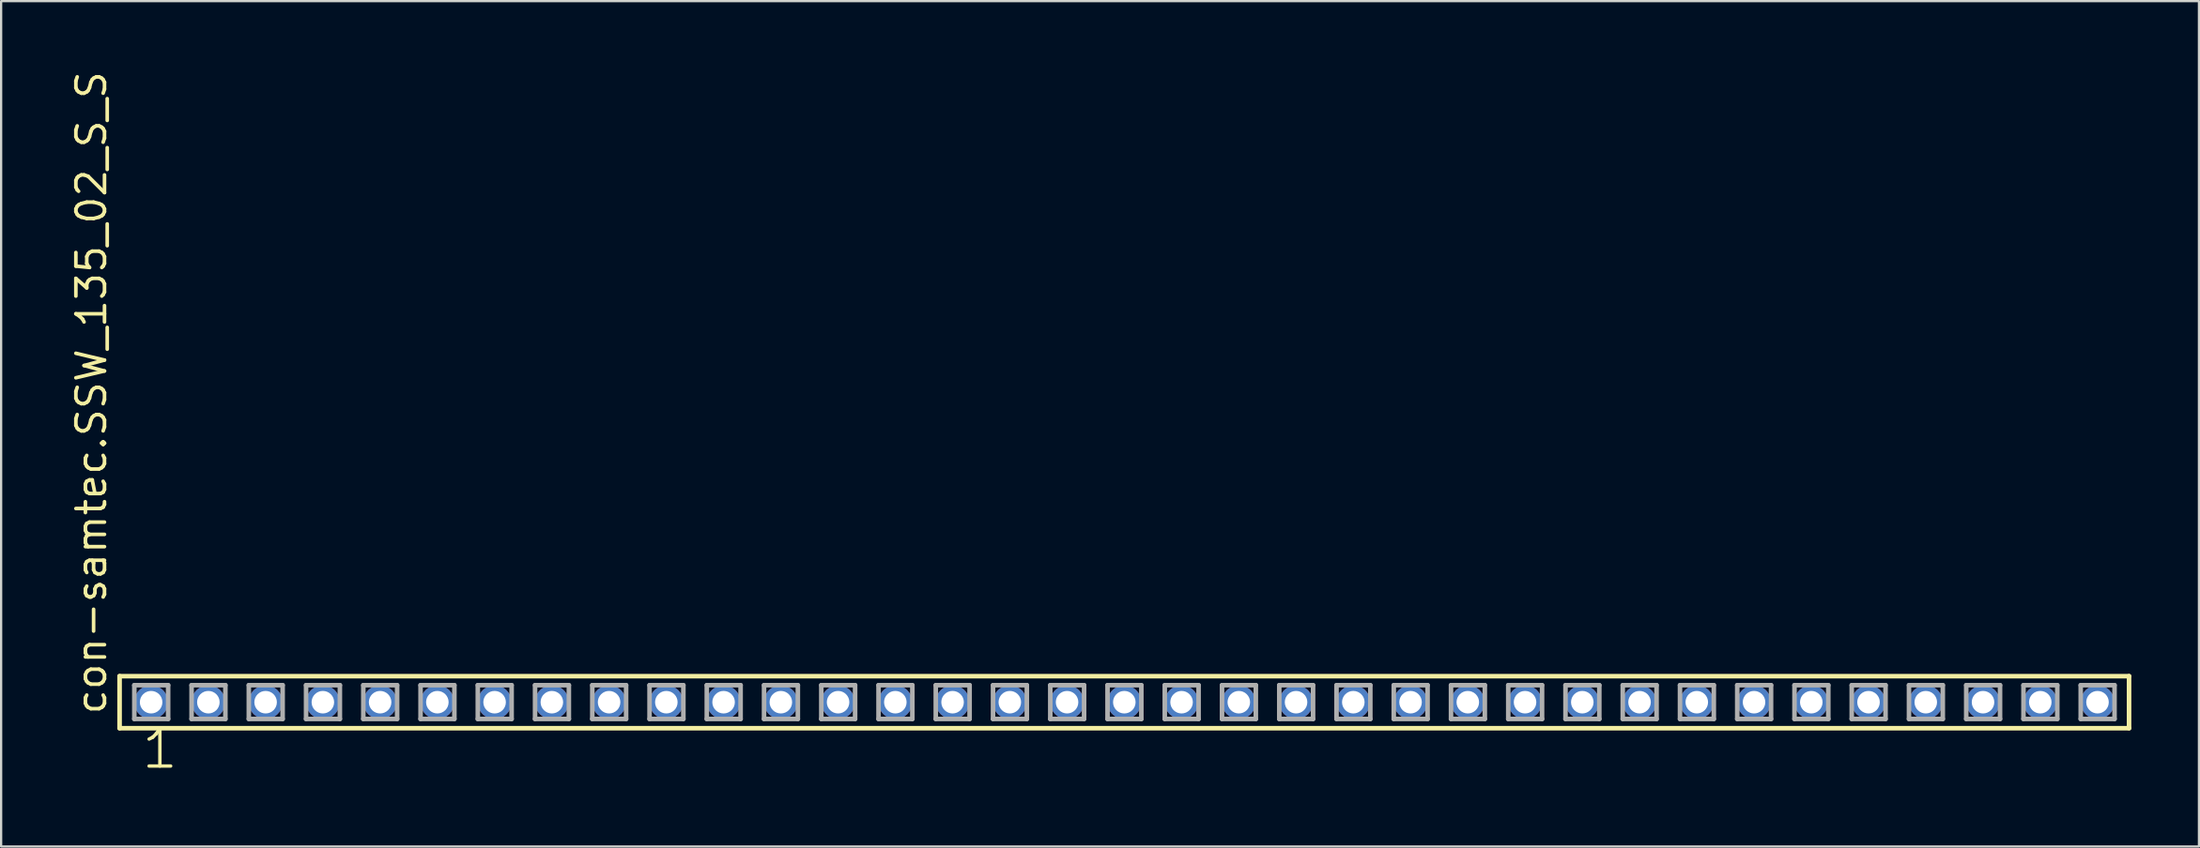
<source format=kicad_pcb>
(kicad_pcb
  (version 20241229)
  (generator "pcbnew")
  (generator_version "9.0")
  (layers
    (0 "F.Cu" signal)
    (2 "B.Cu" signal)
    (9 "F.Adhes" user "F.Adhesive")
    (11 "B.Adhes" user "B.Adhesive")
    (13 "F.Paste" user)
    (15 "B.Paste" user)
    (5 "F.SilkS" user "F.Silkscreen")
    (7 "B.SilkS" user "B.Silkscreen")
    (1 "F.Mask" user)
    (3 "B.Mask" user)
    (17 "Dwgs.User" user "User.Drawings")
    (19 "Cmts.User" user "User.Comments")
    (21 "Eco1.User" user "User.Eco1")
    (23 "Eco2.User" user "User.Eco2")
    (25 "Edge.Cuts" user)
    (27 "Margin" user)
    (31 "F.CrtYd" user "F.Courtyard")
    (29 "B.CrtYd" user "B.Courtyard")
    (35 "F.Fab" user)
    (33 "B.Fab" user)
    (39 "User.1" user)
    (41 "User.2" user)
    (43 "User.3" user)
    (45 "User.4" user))
  (footprint "con-samtec.SSW_135_02_S_S"
    (layer "F.Cu")
    (at 46.835 28.136)
    (property "Reference" "con-samtec.SSW_135_02_S_S" (at -45.085 0.635 90) (layer "F.SilkS") (effects (font (size 1.27 1.27) (thickness 0.16)) (justify left bottom)))
    (attr through_hole)
    (fp_line (start -44.579 -1.155) (end 44.579 -1.155) (stroke (width 0.203) (type default)) (layer "F.SilkS"))
    (fp_line (start -44.579 1.155) (end -44.579 -1.155) (stroke (width 0.203) (type default)) (layer "F.SilkS"))
    (fp_line (start 44.579 -1.155) (end 44.579 1.155) (stroke (width 0.203) (type default)) (layer "F.SilkS"))
    (fp_line (start 44.579 1.155) (end -44.579 1.155) (stroke (width 0.203) (type default)) (layer "F.SilkS"))
    (fp_line (start -43.925 -0.755) (end -42.425 -0.755) (stroke (width 0.203) (type default)) (layer "F.Fab"))
    (fp_line (start -43.925 0.745) (end -43.925 -0.755) (stroke (width 0.203) (type default)) (layer "F.Fab"))
    (fp_line (start -42.425 -0.755) (end -42.425 0.745) (stroke (width 0.203) (type default)) (layer "F.Fab"))
    (fp_line (start -42.425 0.745) (end -43.925 0.745) (stroke (width 0.203) (type default)) (layer "F.Fab"))
    (fp_line (start -41.385 -0.755) (end -39.885 -0.755) (stroke (width 0.203) (type default)) (layer "F.Fab"))
    (fp_line (start -41.385 0.745) (end -41.385 -0.755) (stroke (width 0.203) (type default)) (layer "F.Fab"))
    (fp_line (start -39.885 -0.755) (end -39.885 0.745) (stroke (width 0.203) (type default)) (layer "F.Fab"))
    (fp_line (start -39.885 0.745) (end -41.385 0.745) (stroke (width 0.203) (type default)) (layer "F.Fab"))
    (fp_line (start -38.845 -0.755) (end -37.345 -0.755) (stroke (width 0.203) (type default)) (layer "F.Fab"))
    (fp_line (start -38.845 0.745) (end -38.845 -0.755) (stroke (width 0.203) (type default)) (layer "F.Fab"))
    (fp_line (start -37.345 -0.755) (end -37.345 0.745) (stroke (width 0.203) (type default)) (layer "F.Fab"))
    (fp_line (start -37.345 0.745) (end -38.845 0.745) (stroke (width 0.203) (type default)) (layer "F.Fab"))
    (fp_line (start -36.305 -0.755) (end -34.805 -0.755) (stroke (width 0.203) (type default)) (layer "F.Fab"))
    (fp_line (start -36.305 0.745) (end -36.305 -0.755) (stroke (width 0.203) (type default)) (layer "F.Fab"))
    (fp_line (start -34.805 -0.755) (end -34.805 0.745) (stroke (width 0.203) (type default)) (layer "F.Fab"))
    (fp_line (start -34.805 0.745) (end -36.305 0.745) (stroke (width 0.203) (type default)) (layer "F.Fab"))
    (fp_line (start -33.765 -0.755) (end -32.265 -0.755) (stroke (width 0.203) (type default)) (layer "F.Fab"))
    (fp_line (start -33.765 0.745) (end -33.765 -0.755) (stroke (width 0.203) (type default)) (layer "F.Fab"))
    (fp_line (start -32.265 -0.755) (end -32.265 0.745) (stroke (width 0.203) (type default)) (layer "F.Fab"))
    (fp_line (start -32.265 0.745) (end -33.765 0.745) (stroke (width 0.203) (type default)) (layer "F.Fab"))
    (fp_line (start -31.225 -0.755) (end -29.725 -0.755) (stroke (width 0.203) (type default)) (layer "F.Fab"))
    (fp_line (start -31.225 0.745) (end -31.225 -0.755) (stroke (width 0.203) (type default)) (layer "F.Fab"))
    (fp_line (start -29.725 -0.755) (end -29.725 0.745) (stroke (width 0.203) (type default)) (layer "F.Fab"))
    (fp_line (start -29.725 0.745) (end -31.225 0.745) (stroke (width 0.203) (type default)) (layer "F.Fab"))
    (fp_line (start -28.685 -0.755) (end -27.185 -0.755) (stroke (width 0.203) (type default)) (layer "F.Fab"))
    (fp_line (start -28.685 0.745) (end -28.685 -0.755) (stroke (width 0.203) (type default)) (layer "F.Fab"))
    (fp_line (start -27.185 -0.755) (end -27.185 0.745) (stroke (width 0.203) (type default)) (layer "F.Fab"))
    (fp_line (start -27.185 0.745) (end -28.685 0.745) (stroke (width 0.203) (type default)) (layer "F.Fab"))
    (fp_line (start -26.145 -0.755) (end -24.645 -0.755) (stroke (width 0.203) (type default)) (layer "F.Fab"))
    (fp_line (start -26.145 0.745) (end -26.145 -0.755) (stroke (width 0.203) (type default)) (layer "F.Fab"))
    (fp_line (start -24.645 -0.755) (end -24.645 0.745) (stroke (width 0.203) (type default)) (layer "F.Fab"))
    (fp_line (start -24.645 0.745) (end -26.145 0.745) (stroke (width 0.203) (type default)) (layer "F.Fab"))
    (fp_line (start -23.605 -0.755) (end -22.105 -0.755) (stroke (width 0.203) (type default)) (layer "F.Fab"))
    (fp_line (start -23.605 0.745) (end -23.605 -0.755) (stroke (width 0.203) (type default)) (layer "F.Fab"))
    (fp_line (start -22.105 -0.755) (end -22.105 0.745) (stroke (width 0.203) (type default)) (layer "F.Fab"))
    (fp_line (start -22.105 0.745) (end -23.605 0.745) (stroke (width 0.203) (type default)) (layer "F.Fab"))
    (fp_line (start -21.065 -0.755) (end -19.565 -0.755) (stroke (width 0.203) (type default)) (layer "F.Fab"))
    (fp_line (start -21.065 0.745) (end -21.065 -0.755) (stroke (width 0.203) (type default)) (layer "F.Fab"))
    (fp_line (start -19.565 -0.755) (end -19.565 0.745) (stroke (width 0.203) (type default)) (layer "F.Fab"))
    (fp_line (start -19.565 0.745) (end -21.065 0.745) (stroke (width 0.203) (type default)) (layer "F.Fab"))
    (fp_line (start -18.525 -0.755) (end -17.025 -0.755) (stroke (width 0.203) (type default)) (layer "F.Fab"))
    (fp_line (start -18.525 0.745) (end -18.525 -0.755) (stroke (width 0.203) (type default)) (layer "F.Fab"))
    (fp_line (start -17.025 -0.755) (end -17.025 0.745) (stroke (width 0.203) (type default)) (layer "F.Fab"))
    (fp_line (start -17.025 0.745) (end -18.525 0.745) (stroke (width 0.203) (type default)) (layer "F.Fab"))
    (fp_line (start -15.985 -0.755) (end -14.485 -0.755) (stroke (width 0.203) (type default)) (layer "F.Fab"))
    (fp_line (start -15.985 0.745) (end -15.985 -0.755) (stroke (width 0.203) (type default)) (layer "F.Fab"))
    (fp_line (start -14.485 -0.755) (end -14.485 0.745) (stroke (width 0.203) (type default)) (layer "F.Fab"))
    (fp_line (start -14.485 0.745) (end -15.985 0.745) (stroke (width 0.203) (type default)) (layer "F.Fab"))
    (fp_line (start -13.445 -0.755) (end -11.945 -0.755) (stroke (width 0.203) (type default)) (layer "F.Fab"))
    (fp_line (start -13.445 0.745) (end -13.445 -0.755) (stroke (width 0.203) (type default)) (layer "F.Fab"))
    (fp_line (start -11.945 -0.755) (end -11.945 0.745) (stroke (width 0.203) (type default)) (layer "F.Fab"))
    (fp_line (start -11.945 0.745) (end -13.445 0.745) (stroke (width 0.203) (type default)) (layer "F.Fab"))
    (fp_line (start -10.905 -0.755) (end -9.405 -0.755) (stroke (width 0.203) (type default)) (layer "F.Fab"))
    (fp_line (start -10.905 0.745) (end -10.905 -0.755) (stroke (width 0.203) (type default)) (layer "F.Fab"))
    (fp_line (start -9.405 -0.755) (end -9.405 0.745) (stroke (width 0.203) (type default)) (layer "F.Fab"))
    (fp_line (start -9.405 0.745) (end -10.905 0.745) (stroke (width 0.203) (type default)) (layer "F.Fab"))
    (fp_line (start -8.365 -0.755) (end -6.865 -0.755) (stroke (width 0.203) (type default)) (layer "F.Fab"))
    (fp_line (start -8.365 0.745) (end -8.365 -0.755) (stroke (width 0.203) (type default)) (layer "F.Fab"))
    (fp_line (start -6.865 -0.755) (end -6.865 0.745) (stroke (width 0.203) (type default)) (layer "F.Fab"))
    (fp_line (start -6.865 0.745) (end -8.365 0.745) (stroke (width 0.203) (type default)) (layer "F.Fab"))
    (fp_line (start -5.825 -0.755) (end -4.325 -0.755) (stroke (width 0.203) (type default)) (layer "F.Fab"))
    (fp_line (start -5.825 0.745) (end -5.825 -0.755) (stroke (width 0.203) (type default)) (layer "F.Fab"))
    (fp_line (start -4.325 -0.755) (end -4.325 0.745) (stroke (width 0.203) (type default)) (layer "F.Fab"))
    (fp_line (start -4.325 0.745) (end -5.825 0.745) (stroke (width 0.203) (type default)) (layer "F.Fab"))
    (fp_line (start -3.285 -0.755) (end -1.785 -0.755) (stroke (width 0.203) (type default)) (layer "F.Fab"))
    (fp_line (start -3.285 0.745) (end -3.285 -0.755) (stroke (width 0.203) (type default)) (layer "F.Fab"))
    (fp_line (start -1.785 -0.755) (end -1.785 0.745) (stroke (width 0.203) (type default)) (layer "F.Fab"))
    (fp_line (start -1.785 0.745) (end -3.285 0.745) (stroke (width 0.203) (type default)) (layer "F.Fab"))
    (fp_line (start -0.745 -0.755) (end 0.755 -0.755) (stroke (width 0.203) (type default)) (layer "F.Fab"))
    (fp_line (start -0.745 0.745) (end -0.745 -0.755) (stroke (width 0.203) (type default)) (layer "F.Fab"))
    (fp_line (start 0.755 -0.755) (end 0.755 0.745) (stroke (width 0.203) (type default)) (layer "F.Fab"))
    (fp_line (start 0.755 0.745) (end -0.745 0.745) (stroke (width 0.203) (type default)) (layer "F.Fab"))
    (fp_line (start 1.795 -0.755) (end 3.295 -0.755) (stroke (width 0.203) (type default)) (layer "F.Fab"))
    (fp_line (start 1.795 0.745) (end 1.795 -0.755) (stroke (width 0.203) (type default)) (layer "F.Fab"))
    (fp_line (start 3.295 -0.755) (end 3.295 0.745) (stroke (width 0.203) (type default)) (layer "F.Fab"))
    (fp_line (start 3.295 0.745) (end 1.795 0.745) (stroke (width 0.203) (type default)) (layer "F.Fab"))
    (fp_line (start 4.335 -0.755) (end 5.835 -0.755) (stroke (width 0.203) (type default)) (layer "F.Fab"))
    (fp_line (start 4.335 0.745) (end 4.335 -0.755) (stroke (width 0.203) (type default)) (layer "F.Fab"))
    (fp_line (start 5.835 -0.755) (end 5.835 0.745) (stroke (width 0.203) (type default)) (layer "F.Fab"))
    (fp_line (start 5.835 0.745) (end 4.335 0.745) (stroke (width 0.203) (type default)) (layer "F.Fab"))
    (fp_line (start 6.875 -0.755) (end 8.375 -0.755) (stroke (width 0.203) (type default)) (layer "F.Fab"))
    (fp_line (start 6.875 0.745) (end 6.875 -0.755) (stroke (width 0.203) (type default)) (layer "F.Fab"))
    (fp_line (start 8.375 -0.755) (end 8.375 0.745) (stroke (width 0.203) (type default)) (layer "F.Fab"))
    (fp_line (start 8.375 0.745) (end 6.875 0.745) (stroke (width 0.203) (type default)) (layer "F.Fab"))
    (fp_line (start 9.415 -0.755) (end 10.915 -0.755) (stroke (width 0.203) (type default)) (layer "F.Fab"))
    (fp_line (start 9.415 0.745) (end 9.415 -0.755) (stroke (width 0.203) (type default)) (layer "F.Fab"))
    (fp_line (start 10.915 -0.755) (end 10.915 0.745) (stroke (width 0.203) (type default)) (layer "F.Fab"))
    (fp_line (start 10.915 0.745) (end 9.415 0.745) (stroke (width 0.203) (type default)) (layer "F.Fab"))
    (fp_line (start 11.955 -0.755) (end 13.455 -0.755) (stroke (width 0.203) (type default)) (layer "F.Fab"))
    (fp_line (start 11.955 0.745) (end 11.955 -0.755) (stroke (width 0.203) (type default)) (layer "F.Fab"))
    (fp_line (start 13.455 -0.755) (end 13.455 0.745) (stroke (width 0.203) (type default)) (layer "F.Fab"))
    (fp_line (start 13.455 0.745) (end 11.955 0.745) (stroke (width 0.203) (type default)) (layer "F.Fab"))
    (fp_line (start 14.495 -0.755) (end 15.995 -0.755) (stroke (width 0.203) (type default)) (layer "F.Fab"))
    (fp_line (start 14.495 0.745) (end 14.495 -0.755) (stroke (width 0.203) (type default)) (layer "F.Fab"))
    (fp_line (start 15.995 -0.755) (end 15.995 0.745) (stroke (width 0.203) (type default)) (layer "F.Fab"))
    (fp_line (start 15.995 0.745) (end 14.495 0.745) (stroke (width 0.203) (type default)) (layer "F.Fab"))
    (fp_line (start 17.035 -0.755) (end 18.535 -0.755) (stroke (width 0.203) (type default)) (layer "F.Fab"))
    (fp_line (start 17.035 0.745) (end 17.035 -0.755) (stroke (width 0.203) (type default)) (layer "F.Fab"))
    (fp_line (start 18.535 -0.755) (end 18.535 0.745) (stroke (width 0.203) (type default)) (layer "F.Fab"))
    (fp_line (start 18.535 0.745) (end 17.035 0.745) (stroke (width 0.203) (type default)) (layer "F.Fab"))
    (fp_line (start 19.575 -0.755) (end 21.075 -0.755) (stroke (width 0.203) (type default)) (layer "F.Fab"))
    (fp_line (start 19.575 0.745) (end 19.575 -0.755) (stroke (width 0.203) (type default)) (layer "F.Fab"))
    (fp_line (start 21.075 -0.755) (end 21.075 0.745) (stroke (width 0.203) (type default)) (layer "F.Fab"))
    (fp_line (start 21.075 0.745) (end 19.575 0.745) (stroke (width 0.203) (type default)) (layer "F.Fab"))
    (fp_line (start 22.115 -0.755) (end 23.615 -0.755) (stroke (width 0.203) (type default)) (layer "F.Fab"))
    (fp_line (start 22.115 0.745) (end 22.115 -0.755) (stroke (width 0.203) (type default)) (layer "F.Fab"))
    (fp_line (start 23.615 -0.755) (end 23.615 0.745) (stroke (width 0.203) (type default)) (layer "F.Fab"))
    (fp_line (start 23.615 0.745) (end 22.115 0.745) (stroke (width 0.203) (type default)) (layer "F.Fab"))
    (fp_line (start 24.655 -0.755) (end 26.155 -0.755) (stroke (width 0.203) (type default)) (layer "F.Fab"))
    (fp_line (start 24.655 0.745) (end 24.655 -0.755) (stroke (width 0.203) (type default)) (layer "F.Fab"))
    (fp_line (start 26.155 -0.755) (end 26.155 0.745) (stroke (width 0.203) (type default)) (layer "F.Fab"))
    (fp_line (start 26.155 0.745) (end 24.655 0.745) (stroke (width 0.203) (type default)) (layer "F.Fab"))
    (fp_line (start 27.195 -0.755) (end 28.695 -0.755) (stroke (width 0.203) (type default)) (layer "F.Fab"))
    (fp_line (start 27.195 0.745) (end 27.195 -0.755) (stroke (width 0.203) (type default)) (layer "F.Fab"))
    (fp_line (start 28.695 -0.755) (end 28.695 0.745) (stroke (width 0.203) (type default)) (layer "F.Fab"))
    (fp_line (start 28.695 0.745) (end 27.195 0.745) (stroke (width 0.203) (type default)) (layer "F.Fab"))
    (fp_line (start 29.735 -0.755) (end 31.235 -0.755) (stroke (width 0.203) (type default)) (layer "F.Fab"))
    (fp_line (start 29.735 0.745) (end 29.735 -0.755) (stroke (width 0.203) (type default)) (layer "F.Fab"))
    (fp_line (start 31.235 -0.755) (end 31.235 0.745) (stroke (width 0.203) (type default)) (layer "F.Fab"))
    (fp_line (start 31.235 0.745) (end 29.735 0.745) (stroke (width 0.203) (type default)) (layer "F.Fab"))
    (fp_line (start 32.275 -0.755) (end 33.775 -0.755) (stroke (width 0.203) (type default)) (layer "F.Fab"))
    (fp_line (start 32.275 0.745) (end 32.275 -0.755) (stroke (width 0.203) (type default)) (layer "F.Fab"))
    (fp_line (start 33.775 -0.755) (end 33.775 0.745) (stroke (width 0.203) (type default)) (layer "F.Fab"))
    (fp_line (start 33.775 0.745) (end 32.275 0.745) (stroke (width 0.203) (type default)) (layer "F.Fab"))
    (fp_line (start 34.815 -0.755) (end 36.315 -0.755) (stroke (width 0.203) (type default)) (layer "F.Fab"))
    (fp_line (start 34.815 0.745) (end 34.815 -0.755) (stroke (width 0.203) (type default)) (layer "F.Fab"))
    (fp_line (start 36.315 -0.755) (end 36.315 0.745) (stroke (width 0.203) (type default)) (layer "F.Fab"))
    (fp_line (start 36.315 0.745) (end 34.815 0.745) (stroke (width 0.203) (type default)) (layer "F.Fab"))
    (fp_line (start 37.355 -0.755) (end 38.855 -0.755) (stroke (width 0.203) (type default)) (layer "F.Fab"))
    (fp_line (start 37.355 0.745) (end 37.355 -0.755) (stroke (width 0.203) (type default)) (layer "F.Fab"))
    (fp_line (start 38.855 -0.755) (end 38.855 0.745) (stroke (width 0.203) (type default)) (layer "F.Fab"))
    (fp_line (start 38.855 0.745) (end 37.355 0.745) (stroke (width 0.203) (type default)) (layer "F.Fab"))
    (fp_line (start 39.895 -0.755) (end 41.395 -0.755) (stroke (width 0.203) (type default)) (layer "F.Fab"))
    (fp_line (start 39.895 0.745) (end 39.895 -0.755) (stroke (width 0.203) (type default)) (layer "F.Fab"))
    (fp_line (start 41.395 -0.755) (end 41.395 0.745) (stroke (width 0.203) (type default)) (layer "F.Fab"))
    (fp_line (start 41.395 0.745) (end 39.895 0.745) (stroke (width 0.203) (type default)) (layer "F.Fab"))
    (fp_line (start 42.435 -0.755) (end 43.935 -0.755) (stroke (width 0.203) (type default)) (layer "F.Fab"))
    (fp_line (start 42.435 0.745) (end 42.435 -0.755) (stroke (width 0.203) (type default)) (layer "F.Fab"))
    (fp_line (start 43.935 -0.755) (end 43.935 0.745) (stroke (width 0.203) (type default)) (layer "F.Fab"))
    (fp_line (start 43.935 0.745) (end 42.435 0.745) (stroke (width 0.203) (type default)) (layer "F.Fab"))
    (fp_text user "1" (at -43.688 3.048 0) (layer "F.SilkS") (effects (font (size 1.676 1.676) (thickness 0.15)) (justify left bottom)))
    (pad "1" thru_hole circle (at -43.18 0) (size 1.5 1.5) (drill 1) (layers "*.Cu" "*.Mask"))
    (pad "2" thru_hole circle (at -40.64 0) (size 1.5 1.5) (drill 1) (layers "*.Cu" "*.Mask"))
    (pad "3" thru_hole circle (at -38.1 0) (size 1.5 1.5) (drill 1) (layers "*.Cu" "*.Mask"))
    (pad "4" thru_hole circle (at -35.56 0) (size 1.5 1.5) (drill 1) (layers "*.Cu" "*.Mask"))
    (pad "5" thru_hole circle (at -33.02 0) (size 1.5 1.5) (drill 1) (layers "*.Cu" "*.Mask"))
    (pad "6" thru_hole circle (at -30.48 0) (size 1.5 1.5) (drill 1) (layers "*.Cu" "*.Mask"))
    (pad "7" thru_hole circle (at -27.94 0) (size 1.5 1.5) (drill 1) (layers "*.Cu" "*.Mask"))
    (pad "8" thru_hole circle (at -25.4 0) (size 1.5 1.5) (drill 1) (layers "*.Cu" "*.Mask"))
    (pad "9" thru_hole circle (at -22.86 0) (size 1.5 1.5) (drill 1) (layers "*.Cu" "*.Mask"))
    (pad "10" thru_hole circle (at -20.32 0) (size 1.5 1.5) (drill 1) (layers "*.Cu" "*.Mask"))
    (pad "11" thru_hole circle (at -17.78 0) (size 1.5 1.5) (drill 1) (layers "*.Cu" "*.Mask"))
    (pad "12" thru_hole circle (at -15.24 0) (size 1.5 1.5) (drill 1) (layers "*.Cu" "*.Mask"))
    (pad "13" thru_hole circle (at -12.7 0) (size 1.5 1.5) (drill 1) (layers "*.Cu" "*.Mask"))
    (pad "14" thru_hole circle (at -10.16 0) (size 1.5 1.5) (drill 1) (layers "*.Cu" "*.Mask"))
    (pad "15" thru_hole circle (at -7.62 0) (size 1.5 1.5) (drill 1) (layers "*.Cu" "*.Mask"))
    (pad "16" thru_hole circle (at -5.08 0) (size 1.5 1.5) (drill 1) (layers "*.Cu" "*.Mask"))
    (pad "17" thru_hole circle (at -2.54 0) (size 1.5 1.5) (drill 1) (layers "*.Cu" "*.Mask"))
    (pad "18" thru_hole circle (at 0 0) (size 1.5 1.5) (drill 1) (layers "*.Cu" "*.Mask"))
    (pad "19" thru_hole circle (at 2.54 0) (size 1.5 1.5) (drill 1) (layers "*.Cu" "*.Mask"))
    (pad "20" thru_hole circle (at 5.08 0) (size 1.5 1.5) (drill 1) (layers "*.Cu" "*.Mask"))
    (pad "21" thru_hole circle (at 7.62 0) (size 1.5 1.5) (drill 1) (layers "*.Cu" "*.Mask"))
    (pad "22" thru_hole circle (at 10.16 0) (size 1.5 1.5) (drill 1) (layers "*.Cu" "*.Mask"))
    (pad "23" thru_hole circle (at 12.7 0) (size 1.5 1.5) (drill 1) (layers "*.Cu" "*.Mask"))
    (pad "24" thru_hole circle (at 15.24 0) (size 1.5 1.5) (drill 1) (layers "*.Cu" "*.Mask"))
    (pad "25" thru_hole circle (at 17.78 0) (size 1.5 1.5) (drill 1) (layers "*.Cu" "*.Mask"))
    (pad "26" thru_hole circle (at 20.32 0) (size 1.5 1.5) (drill 1) (layers "*.Cu" "*.Mask"))
    (pad "27" thru_hole circle (at 22.86 0) (size 1.5 1.5) (drill 1) (layers "*.Cu" "*.Mask"))
    (pad "28" thru_hole circle (at 25.4 0) (size 1.5 1.5) (drill 1) (layers "*.Cu" "*.Mask"))
    (pad "29" thru_hole circle (at 27.94 0) (size 1.5 1.5) (drill 1) (layers "*.Cu" "*.Mask"))
    (pad "30" thru_hole circle (at 30.48 0) (size 1.5 1.5) (drill 1) (layers "*.Cu" "*.Mask"))
    (pad "31" thru_hole circle (at 33.02 0) (size 1.5 1.5) (drill 1) (layers "*.Cu" "*.Mask"))
    (pad "32" thru_hole circle (at 35.56 0) (size 1.5 1.5) (drill 1) (layers "*.Cu" "*.Mask"))
    (pad "33" thru_hole circle (at 38.1 0) (size 1.5 1.5) (drill 1) (layers "*.Cu" "*.Mask"))
    (pad "34" thru_hole circle (at 40.64 0) (size 1.5 1.5) (drill 1) (layers "*.Cu" "*.Mask"))
    (pad "35" thru_hole circle (at 43.18 0) (size 1.5 1.5) (drill 1) (layers "*.Cu" "*.Mask")))
  (gr_rect
    (start -3 -3)
    (end 94.516 34.545)
    (stroke (width 0.1) (type default))
    (fill no)
    (layer "Edge.Cuts")))
</source>
